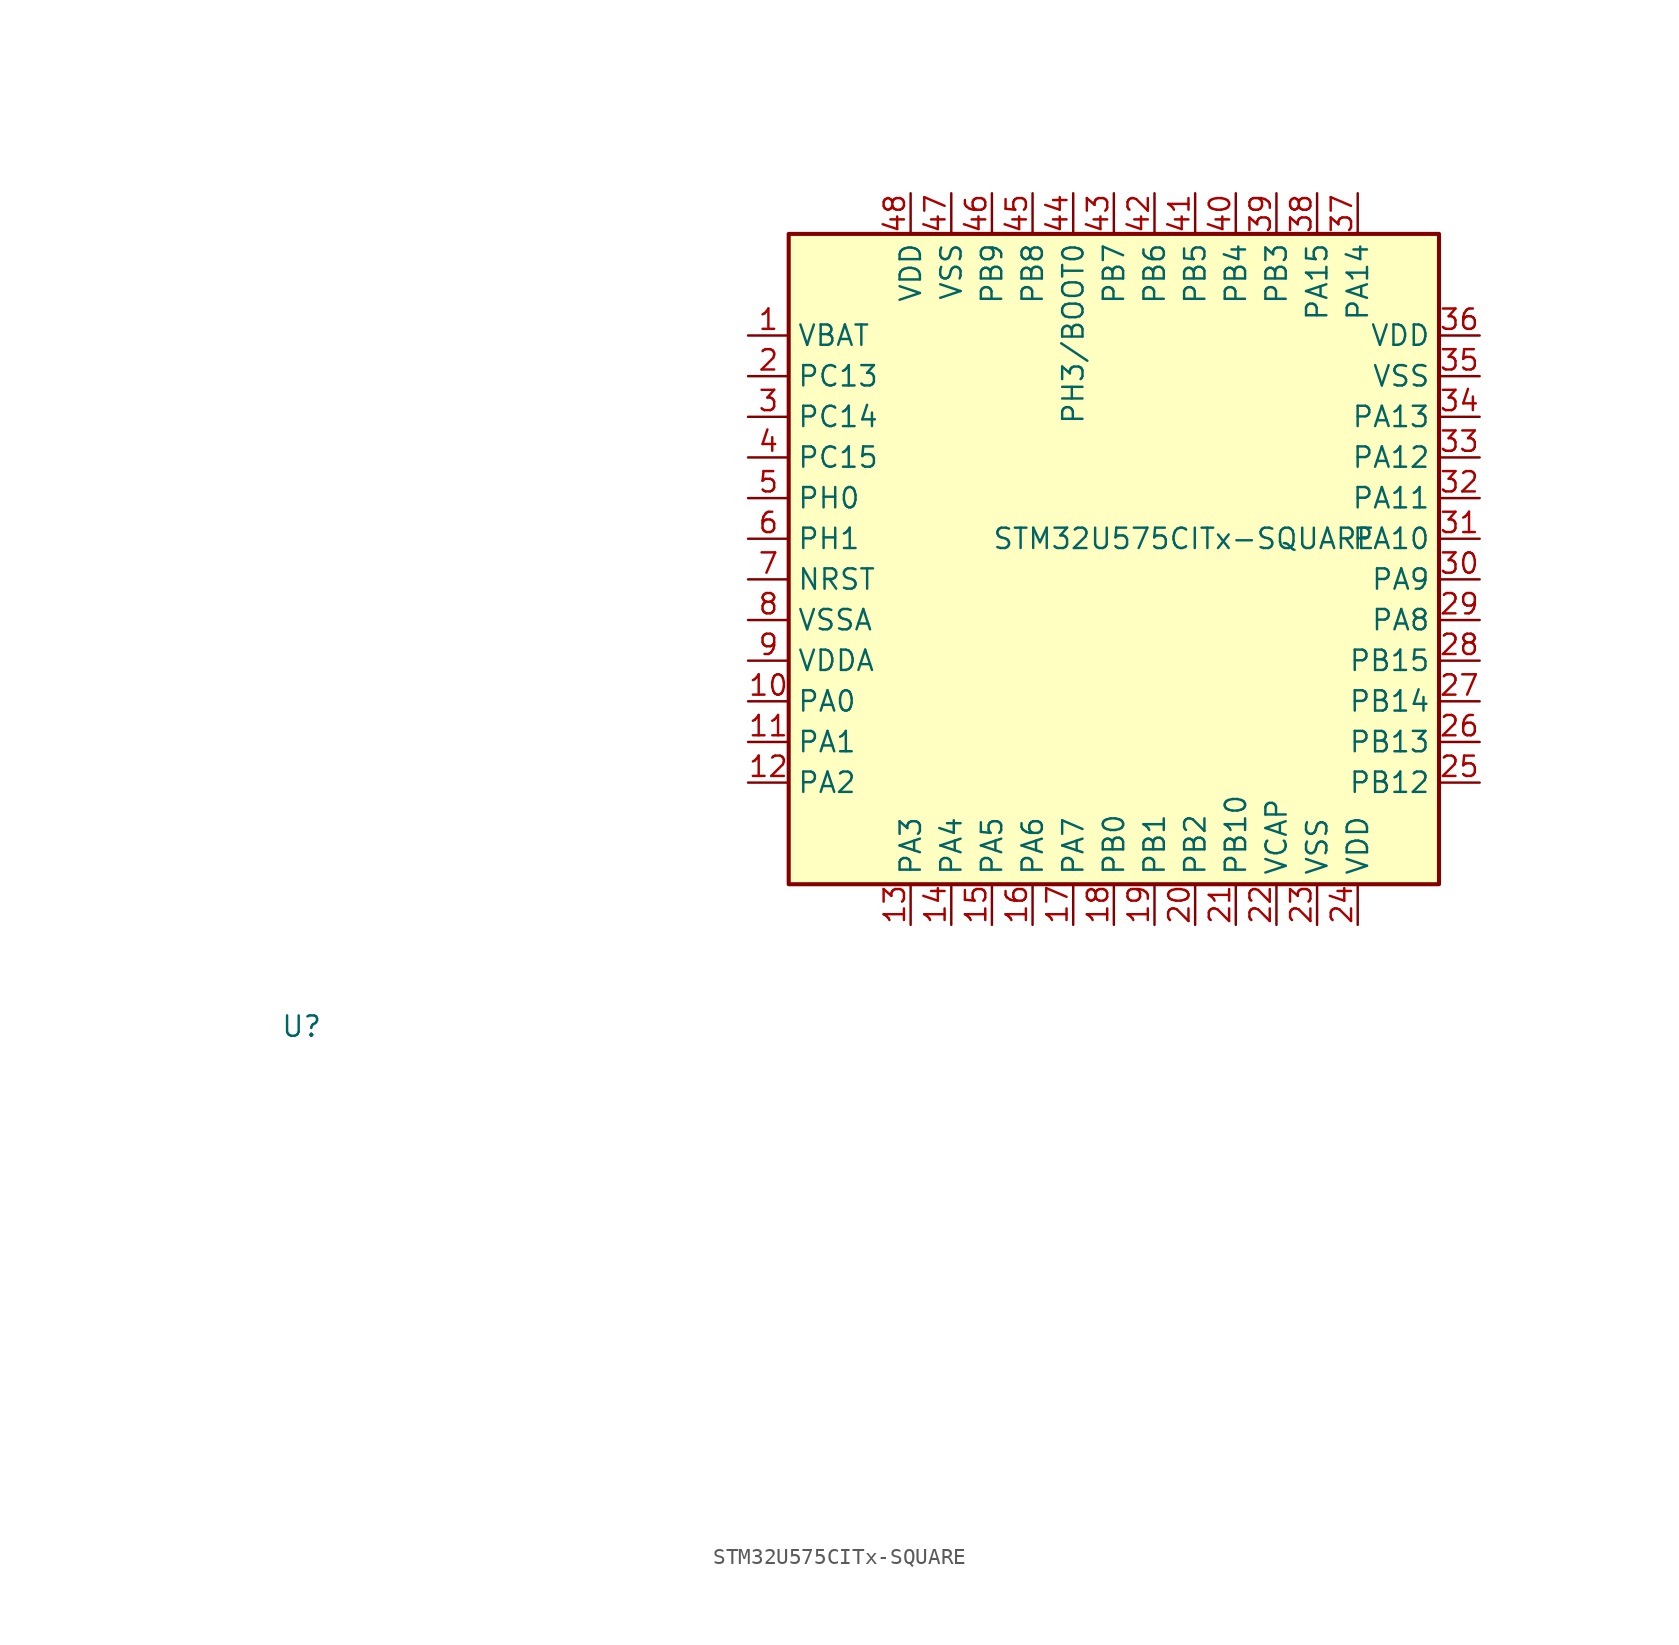
<source format=kicad_sym>
(kicad_symbol_lib
  (version 20241209)
  (generator "kicad_symbol_editor")
  (generator_version "9.0")
  (symbol "STM32U575CITx-SQUARE"
    (property "Reference" "U"
      (at -52.07 -30.48 0)
      (effects (font (size 1.27 1.27)) (justify left)))
    (property "Value" "STM32U575CITx-SQUARE"
      (at -7.62 0 0)
      (effects (font (size 1.27 1.27)) (justify left)))
    (symbol "STM32U575CITx-SQUARE_0_1"
      (rectangle (start -20.32 19.05) (end 20.32 -21.59) (stroke (width 0.254) (type default)) (fill (type background))))
    (symbol "STM32U575CITx-SQUARE_1_1"
      (pin passive line (at -57.15 -54.61 0) (length 2.54) (hide yes) (name "VSS" (effects (font (size 1.27 1.27)))) (number "35" (effects (font (size 1.27 1.27)))))
      (pin passive line (at -57.15 -54.61 0) (length 2.54) (hide yes) (name "VSS" (effects (font (size 1.27 1.27)))) (number "47" (effects (font (size 1.27 1.27)))))
      (pin power_in line (at -22.86 12.7 0) (length 2.54) (name "VBAT" (effects (font (size 1.27 1.27)))) (number "1" (effects (font (size 1.27 1.27)))))
      (pin bidirectional line (at -22.86 10.16 0) (length 2.54) (name "PC13" (effects (font (size 1.27 1.27)))) (number "2" (effects (font (size 1.27 1.27)))) (alternate "PWR_WKUP2" bidirectional line) (alternate "RTC_OUT1" bidirectional line) (alternate "RTC_TS" bidirectional line) (alternate "TAMP_IN1" bidirectional line) (alternate "TAMP_OUT2" bidirectional line))
      (pin bidirectional line (at -22.86 7.62 0) (length 2.54) (name "PC14" (effects (font (size 1.27 1.27)))) (number "3" (effects (font (size 1.27 1.27)))) (alternate "RCC_OSC32_IN" bidirectional line))
      (pin bidirectional line (at -22.86 5.08 0) (length 2.54) (name "PC15" (effects (font (size 1.27 1.27)))) (number "4" (effects (font (size 1.27 1.27)))) (alternate "ADC1_EXTI15" bidirectional line) (alternate "ADC4_EXTI15" bidirectional line) (alternate "RCC_OSC32_OUT" bidirectional line))
      (pin bidirectional line (at -22.86 2.54 0) (length 2.54) (name "PH0" (effects (font (size 1.27 1.27)))) (number "5" (effects (font (size 1.27 1.27)))) (alternate "RCC_OSC_IN" bidirectional line))
      (pin bidirectional line (at -22.86 0 0) (length 2.54) (name "PH1" (effects (font (size 1.27 1.27)))) (number "6" (effects (font (size 1.27 1.27)))) (alternate "RCC_OSC_OUT" bidirectional line))
      (pin input line (at -22.86 -2.54 0) (length 2.54) (name "NRST" (effects (font (size 1.27 1.27)))) (number "7" (effects (font (size 1.27 1.27)))))
      (pin power_in line (at -22.86 -5.08 0) (length 2.54) (name "VSSA" (effects (font (size 1.27 1.27)))) (number "8" (effects (font (size 1.27 1.27)))))
      (pin power_in line (at -22.86 -7.62 0) (length 2.54) (name "VDDA" (effects (font (size 1.27 1.27)))) (number "9" (effects (font (size 1.27 1.27)))))
      (pin bidirectional line (at -22.86 -10.16 0) (length 2.54) (name "PA0" (effects (font (size 1.27 1.27)))) (number "10" (effects (font (size 1.27 1.27)))) (alternate "ADC1_IN5" bidirectional line) (alternate "AUDIOCLK" bidirectional line) (alternate "OCTOSPIM_P2_NCS" bidirectional line) (alternate "OPAMP1_VINP" bidirectional line) (alternate "PWR_WKUP1" bidirectional line) (alternate "SPI3_RDY" bidirectional line) (alternate "TAMP_IN2" bidirectional line) (alternate "TAMP_OUT1" bidirectional line) (alternate "TIM2_CH1" bidirectional line) (alternate "TIM2_ETR" bidirectional line) (alternate "TIM5_CH1" bidirectional line) (alternate "TIM8_ETR" bidirectional line) (alternate "UART4_TX" bidirectional line) (alternate "USART2_CTS" bidirectional line))
      (pin bidirectional line (at -22.86 -12.7 0) (length 2.54) (name "PA1" (effects (font (size 1.27 1.27)))) (number "11" (effects (font (size 1.27 1.27)))) (alternate "ADC1_IN6" bidirectional line) (alternate "I2C1_SMBA" bidirectional line) (alternate "LPTIM1_CH2" bidirectional line) (alternate "OCTOSPIM_P1_DQS" bidirectional line) (alternate "OPAMP1_VINM" bidirectional line) (alternate "PWR_WKUP3" bidirectional line) (alternate "SPI1_SCK" bidirectional line) (alternate "TAMP_IN5" bidirectional line) (alternate "TAMP_OUT4" bidirectional line) (alternate "TIM15_CH1N" bidirectional line) (alternate "TIM2_CH2" bidirectional line) (alternate "TIM5_CH2" bidirectional line) (alternate "UART4_RX" bidirectional line) (alternate "USART2_DE" bidirectional line) (alternate "USART2_RTS" bidirectional line))
      (pin bidirectional line (at -22.86 -15.24 0) (length 2.54) (name "PA2" (effects (font (size 1.27 1.27)))) (number "12" (effects (font (size 1.27 1.27)))) (alternate "ADC1_IN7" bidirectional line) (alternate "COMP1_INP" bidirectional line) (alternate "LPUART1_TX" bidirectional line) (alternate "OCTOSPIM_P1_NCS" bidirectional line) (alternate "PWR_WKUP4" bidirectional line) (alternate "RCC_LSCO" bidirectional line) (alternate "SPI1_RDY" bidirectional line) (alternate "TIM15_CH1" bidirectional line) (alternate "TIM2_CH3" bidirectional line) (alternate "TIM5_CH3" bidirectional line) (alternate "UCPD1_FRSTX1" bidirectional line) (alternate "USART2_TX" bidirectional line))
      (pin power_in line (at -12.7 21.59 270) (length 2.54) (name "VDD" (effects (font (size 1.27 1.27)))) (number "48" (effects (font (size 1.27 1.27)))))
      (pin bidirectional line (at -12.7 -24.13 90) (length 2.54) (name "PA3" (effects (font (size 1.27 1.27)))) (number "13" (effects (font (size 1.27 1.27)))) (alternate "ADC1_IN8" bidirectional line) (alternate "LPUART1_RX" bidirectional line) (alternate "OCTOSPIM_P1_CLK" bidirectional line) (alternate "OPAMP1_VOUT" bidirectional line) (alternate "PWR_WKUP5" bidirectional line) (alternate "SAI1_CK1" bidirectional line) (alternate "SAI1_MCLK_A" bidirectional line) (alternate "TIM15_CH2" bidirectional line) (alternate "TIM2_CH4" bidirectional line) (alternate "TIM5_CH4" bidirectional line) (alternate "USART2_RX" bidirectional line))
      (pin power_in line (at -10.16 21.59 270) (length 2.54) (name "VSS" (effects (font (size 1.27 1.27)))) (number "47" (effects (font (size 1.27 1.27)))))
      (pin bidirectional line (at -10.16 -24.13 90) (length 2.54) (name "PA4" (effects (font (size 1.27 1.27)))) (number "14" (effects (font (size 1.27 1.27)))) (alternate "ADC1_IN9" bidirectional line) (alternate "ADC4_IN9" bidirectional line) (alternate "DAC1_OUT1" bidirectional line) (alternate "LPTIM2_CH1" bidirectional line) (alternate "OCTOSPIM_P1_NCS" bidirectional line) (alternate "PWR_WKUP2" bidirectional line) (alternate "SAI1_FS_B" bidirectional line) (alternate "SPI1_NSS" bidirectional line) (alternate "SPI3_NSS" bidirectional line) (alternate "USART2_CK" bidirectional line))
      (pin bidirectional line (at -7.62 21.59 270) (length 2.54) (name "PB9" (effects (font (size 1.27 1.27)))) (number "46" (effects (font (size 1.27 1.27)))) (alternate "DAC1_EXTI9" bidirectional line) (alternate "FDCAN1_TX" bidirectional line) (alternate "I2C1_SDA" bidirectional line) (alternate "IR_OUT" bidirectional line) (alternate "SAI1_D2" bidirectional line) (alternate "SAI1_FS_A" bidirectional line) (alternate "SPI2_NSS" bidirectional line) (alternate "TIM17_CH1" bidirectional line) (alternate "TIM4_CH4" bidirectional line))
      (pin bidirectional line (at -7.62 -24.13 90) (length 2.54) (name "PA5" (effects (font (size 1.27 1.27)))) (number "15" (effects (font (size 1.27 1.27)))) (alternate "ADC1_IN10" bidirectional line) (alternate "ADC4_IN10" bidirectional line) (alternate "DAC1_OUT2" bidirectional line) (alternate "LPTIM2_ETR" bidirectional line) (alternate "PWR_CSLEEP" bidirectional line) (alternate "PWR_WKUP6" bidirectional line) (alternate "SPI1_SCK" bidirectional line) (alternate "TIM2_CH1" bidirectional line) (alternate "TIM2_ETR" bidirectional line) (alternate "TIM8_CH1N" bidirectional line) (alternate "USART3_RX" bidirectional line))
      (pin bidirectional line (at -5.08 21.59 270) (length 2.54) (name "PB8" (effects (font (size 1.27 1.27)))) (number "45" (effects (font (size 1.27 1.27)))) (alternate "FDCAN1_RX" bidirectional line) (alternate "I2C1_SCL" bidirectional line) (alternate "MDF1_CCK0" bidirectional line) (alternate "PWR_WKUP5" bidirectional line) (alternate "SAI1_CK1" bidirectional line) (alternate "SAI1_MCLK_A" bidirectional line) (alternate "SPI3_RDY" bidirectional line) (alternate "TIM16_CH1" bidirectional line) (alternate "TIM4_CH3" bidirectional line))
      (pin bidirectional line (at -5.08 -24.13 90) (length 2.54) (name "PA6" (effects (font (size 1.27 1.27)))) (number "16" (effects (font (size 1.27 1.27)))) (alternate "ADC1_IN11" bidirectional line) (alternate "ADC4_IN11" bidirectional line) (alternate "LPUART1_CTS" bidirectional line) (alternate "OCTOSPIM_P1_IO3" bidirectional line) (alternate "OPAMP2_VINP" bidirectional line) (alternate "PWR_CDSTOP" bidirectional line) (alternate "PWR_WKUP7" bidirectional line) (alternate "SPI1_MISO" bidirectional line) (alternate "TIM16_CH1" bidirectional line) (alternate "TIM1_BKIN" bidirectional line) (alternate "TIM3_CH1" bidirectional line) (alternate "TIM8_BKIN" bidirectional line) (alternate "USART3_CTS" bidirectional line))
      (pin bidirectional line (at -2.54 21.59 270) (length 2.54) (name "PH3/BOOT0" (effects (font (size 1.27 1.27)))) (number "44" (effects (font (size 1.27 1.27)))))
      (pin bidirectional line (at -2.54 -24.13 90) (length 2.54) (name "PA7" (effects (font (size 1.27 1.27)))) (number "17" (effects (font (size 1.27 1.27)))) (alternate "ADC1_IN12" bidirectional line) (alternate "ADC4_IN20" bidirectional line) (alternate "I2C3_SCL" bidirectional line) (alternate "LPTIM2_CH2" bidirectional line) (alternate "OCTOSPIM_P1_IO2" bidirectional line) (alternate "OPAMP2_VINM" bidirectional line) (alternate "PWR_SRDSTOP" bidirectional line) (alternate "PWR_WKUP8" bidirectional line) (alternate "SPI1_MOSI" bidirectional line) (alternate "TIM17_CH1" bidirectional line) (alternate "TIM1_CH1N" bidirectional line) (alternate "TIM3_CH2" bidirectional line) (alternate "TIM8_CH1N" bidirectional line) (alternate "USART3_TX" bidirectional line))
      (pin bidirectional line (at 0 21.59 270) (length 2.54) (name "PB7" (effects (font (size 1.27 1.27)))) (number "43" (effects (font (size 1.27 1.27)))) (alternate "COMP2_INM" bidirectional line) (alternate "I2C1_SDA" bidirectional line) (alternate "I2C4_SDA" bidirectional line) (alternate "LPTIM1_IN2" bidirectional line) (alternate "MDF1_CKI5" bidirectional line) (alternate "PWR_PVD_IN" bidirectional line) (alternate "PWR_WKUP4" bidirectional line) (alternate "TIM17_CH1N" bidirectional line) (alternate "TIM4_CH2" bidirectional line) (alternate "TIM8_BKIN" bidirectional line) (alternate "TSC_G2_IO4" bidirectional line) (alternate "UART4_CTS" bidirectional line) (alternate "USART1_RX" bidirectional line))
      (pin bidirectional line (at 0 -24.13 90) (length 2.54) (name "PB0" (effects (font (size 1.27 1.27)))) (number "18" (effects (font (size 1.27 1.27)))) (alternate "ADC1_IN15" bidirectional line) (alternate "ADC4_IN18" bidirectional line) (alternate "AUDIOCLK" bidirectional line) (alternate "COMP1_OUT" bidirectional line) (alternate "LPTIM3_CH1" bidirectional line) (alternate "OCTOSPIM_P1_IO1" bidirectional line) (alternate "OPAMP2_VOUT" bidirectional line) (alternate "SPI1_NSS" bidirectional line) (alternate "TIM1_CH2N" bidirectional line) (alternate "TIM3_CH3" bidirectional line) (alternate "TIM8_CH2N" bidirectional line) (alternate "USART3_CK" bidirectional line))
      (pin bidirectional line (at 2.54 21.59 270) (length 2.54) (name "PB6" (effects (font (size 1.27 1.27)))) (number "42" (effects (font (size 1.27 1.27)))) (alternate "COMP2_INP" bidirectional line) (alternate "I2C1_SCL" bidirectional line) (alternate "I2C4_SCL" bidirectional line) (alternate "LPTIM1_ETR" bidirectional line) (alternate "MDF1_SDI5" bidirectional line) (alternate "PWR_WKUP3" bidirectional line) (alternate "SAI1_FS_B" bidirectional line) (alternate "TIM16_CH1N" bidirectional line) (alternate "TIM4_CH1" bidirectional line) (alternate "TIM8_BKIN2" bidirectional line) (alternate "TSC_G2_IO3" bidirectional line) (alternate "USART1_TX" bidirectional line))
      (pin bidirectional line (at 2.54 -24.13 90) (length 2.54) (name "PB1" (effects (font (size 1.27 1.27)))) (number "19" (effects (font (size 1.27 1.27)))) (alternate "ADC1_IN16" bidirectional line) (alternate "ADC4_IN19" bidirectional line) (alternate "COMP1_INM" bidirectional line) (alternate "LPTIM2_IN1" bidirectional line) (alternate "LPTIM3_CH2" bidirectional line) (alternate "LPUART1_DE" bidirectional line) (alternate "LPUART1_RTS" bidirectional line) (alternate "MDF1_SDI0" bidirectional line) (alternate "OCTOSPIM_P1_IO0" bidirectional line) (alternate "PWR_WKUP4" bidirectional line) (alternate "TIM1_CH3N" bidirectional line) (alternate "TIM3_CH4" bidirectional line) (alternate "TIM8_CH3N" bidirectional line) (alternate "USART3_DE" bidirectional line) (alternate "USART3_RTS" bidirectional line))
      (pin bidirectional line (at 5.08 21.59 270) (length 2.54) (name "PB5" (effects (font (size 1.27 1.27)))) (number "41" (effects (font (size 1.27 1.27)))) (alternate "COMP2_OUT" bidirectional line) (alternate "I2C1_SMBA" bidirectional line) (alternate "LPTIM1_IN1" bidirectional line) (alternate "OCTOSPIM_P1_NCLK" bidirectional line) (alternate "PWR_WKUP6" bidirectional line) (alternate "SAI1_SD_B" bidirectional line) (alternate "SPI1_MOSI" bidirectional line) (alternate "SPI3_MOSI" bidirectional line) (alternate "TIM16_BKIN" bidirectional line) (alternate "TIM3_CH2" bidirectional line) (alternate "TSC_G2_IO2" bidirectional line) (alternate "UCPD1_DBCC1" bidirectional line) (alternate "USART1_CK" bidirectional line))
      (pin bidirectional line (at 5.08 -24.13 90) (length 2.54) (name "PB2" (effects (font (size 1.27 1.27)))) (number "20" (effects (font (size 1.27 1.27)))) (alternate "ADC1_IN17" bidirectional line) (alternate "COMP1_INP" bidirectional line) (alternate "I2C3_SMBA" bidirectional line) (alternate "LPTIM1_CH1" bidirectional line) (alternate "MDF1_CKI0" bidirectional line) (alternate "OCTOSPIM_P1_DQS" bidirectional line) (alternate "PWR_WKUP1" bidirectional line) (alternate "RTC_OUT2" bidirectional line) (alternate "SPI1_RDY" bidirectional line) (alternate "TIM8_CH4N" bidirectional line) (alternate "UCPD1_FRSTX1" bidirectional line))
      (pin bidirectional line (at 7.62 21.59 270) (length 2.54) (name "PB4" (effects (font (size 1.27 1.27)))) (number "40" (effects (font (size 1.27 1.27)))) (alternate "ADF1_SDI0" bidirectional line) (alternate "COMP2_INP" bidirectional line) (alternate "DEBUG_JTRST" bidirectional line) (alternate "I2C3_SDA" bidirectional line) (alternate "LPTIM1_CH2" bidirectional line) (alternate "SAI1_MCLK_B" bidirectional line) (alternate "SPI1_MISO" bidirectional line) (alternate "SPI3_MISO" bidirectional line) (alternate "TIM17_BKIN" bidirectional line) (alternate "TIM3_CH1" bidirectional line) (alternate "TSC_G2_IO1" bidirectional line) (alternate "USART1_CTS" bidirectional line))
      (pin bidirectional line (at 7.62 -24.13 90) (length 2.54) (name "PB10" (effects (font (size 1.27 1.27)))) (number "21" (effects (font (size 1.27 1.27)))) (alternate "COMP1_OUT" bidirectional line) (alternate "I2C2_SCL" bidirectional line) (alternate "I2C4_SCL" bidirectional line) (alternate "LPTIM3_CH1" bidirectional line) (alternate "LPUART1_RX" bidirectional line) (alternate "OCTOSPIM_P1_CLK" bidirectional line) (alternate "PWR_WKUP8" bidirectional line) (alternate "SAI1_SCK_A" bidirectional line) (alternate "SPI2_SCK" bidirectional line) (alternate "TIM2_CH3" bidirectional line) (alternate "TSC_SYNC" bidirectional line) (alternate "USART3_TX" bidirectional line))
      (pin bidirectional line (at 10.16 21.59 270) (length 2.54) (name "PB3" (effects (font (size 1.27 1.27)))) (number "39" (effects (font (size 1.27 1.27)))) (alternate "ADF1_CCK0" bidirectional line) (alternate "COMP2_INM" bidirectional line) (alternate "CRS_SYNC" bidirectional line) (alternate "DEBUG_JTDO-SWO" bidirectional line) (alternate "I2C1_SDA" bidirectional line) (alternate "LPTIM1_CH1" bidirectional line) (alternate "SAI1_SCK_B" bidirectional line) (alternate "SPI1_SCK" bidirectional line) (alternate "SPI3_SCK" bidirectional line) (alternate "TIM2_CH2" bidirectional line) (alternate "USART1_DE" bidirectional line) (alternate "USART1_RTS" bidirectional line))
      (pin power_out line (at 10.16 -24.13 90) (length 2.54) (name "VCAP" (effects (font (size 1.27 1.27)))) (number "22" (effects (font (size 1.27 1.27)))))
      (pin bidirectional line (at 12.7 21.59 270) (length 2.54) (name "PA15" (effects (font (size 1.27 1.27)))) (number "38" (effects (font (size 1.27 1.27)))) (alternate "ADC1_EXTI15" bidirectional line) (alternate "ADC4_EXTI15" bidirectional line) (alternate "DEBUG_JTDI" bidirectional line) (alternate "SPI1_NSS" bidirectional line) (alternate "SPI3_NSS" bidirectional line) (alternate "TIM2_CH1" bidirectional line) (alternate "TIM2_ETR" bidirectional line) (alternate "UART4_DE" bidirectional line) (alternate "UART4_RTS" bidirectional line) (alternate "UCPD1_CC1" bidirectional line) (alternate "USART2_RX" bidirectional line) (alternate "USART3_DE" bidirectional line) (alternate "USART3_RTS" bidirectional line))
      (pin power_in line (at 12.7 -24.13 90) (length 2.54) (name "VSS" (effects (font (size 1.27 1.27)))) (number "23" (effects (font (size 1.27 1.27)))))
      (pin bidirectional line (at 15.24 21.59 270) (length 2.54) (name "PA14" (effects (font (size 1.27 1.27)))) (number "37" (effects (font (size 1.27 1.27)))) (alternate "DEBUG_JTCK-SWCLK" bidirectional line) (alternate "I2C1_SMBA" bidirectional line) (alternate "I2C4_SMBA" bidirectional line) (alternate "LPTIM1_CH1" bidirectional line) (alternate "SAI1_FS_B" bidirectional line) (alternate "USB_OTG_FS_SOF" bidirectional line))
      (pin power_in line (at 15.24 -24.13 90) (length 2.54) (name "VDD" (effects (font (size 1.27 1.27)))) (number "24" (effects (font (size 1.27 1.27)))))
      (pin power_in line (at 22.86 12.7 180) (length 2.54) (name "VDD" (effects (font (size 1.27 1.27)))) (number "36" (effects (font (size 1.27 1.27)))))
      (pin power_in line (at 22.86 10.16 180) (length 2.54) (name "VSS" (effects (font (size 1.27 1.27)))) (number "35" (effects (font (size 1.27 1.27)))))
      (pin bidirectional line (at 22.86 7.62 180) (length 2.54) (name "PA13" (effects (font (size 1.27 1.27)))) (number "34" (effects (font (size 1.27 1.27)))) (alternate "DEBUG_JTMS-SWDIO" bidirectional line) (alternate "IR_OUT" bidirectional line) (alternate "SAI1_SD_B" bidirectional line) (alternate "USB_OTG_FS_NOE" bidirectional line))
      (pin bidirectional line (at 22.86 5.08 180) (length 2.54) (name "PA12" (effects (font (size 1.27 1.27)))) (number "33" (effects (font (size 1.27 1.27)))) (alternate "FDCAN1_TX" bidirectional line) (alternate "OCTOSPIM_P2_NCS" bidirectional line) (alternate "SPI1_MOSI" bidirectional line) (alternate "TIM1_ETR" bidirectional line) (alternate "USART1_DE" bidirectional line) (alternate "USART1_RTS" bidirectional line) (alternate "USB_OTG_FS_DP" bidirectional line))
      (pin bidirectional line (at 22.86 2.54 180) (length 2.54) (name "PA11" (effects (font (size 1.27 1.27)))) (number "32" (effects (font (size 1.27 1.27)))) (alternate "ADC1_EXTI11" bidirectional line) (alternate "FDCAN1_RX" bidirectional line) (alternate "SPI1_MISO" bidirectional line) (alternate "TIM1_BKIN2" bidirectional line) (alternate "TIM1_CH4" bidirectional line) (alternate "USART1_CTS" bidirectional line) (alternate "USB_OTG_FS_DM" bidirectional line))
      (pin bidirectional line (at 22.86 0 180) (length 2.54) (name "PA10" (effects (font (size 1.27 1.27)))) (number "31" (effects (font (size 1.27 1.27)))) (alternate "CRS_SYNC" bidirectional line) (alternate "LPTIM2_IN2" bidirectional line) (alternate "SAI1_D1" bidirectional line) (alternate "SAI1_SD_A" bidirectional line) (alternate "TIM17_BKIN" bidirectional line) (alternate "TIM1_CH3" bidirectional line) (alternate "USART1_RX" bidirectional line) (alternate "USB_OTG_FS_ID" bidirectional line))
      (pin bidirectional line (at 22.86 -2.54 180) (length 2.54) (name "PA9" (effects (font (size 1.27 1.27)))) (number "30" (effects (font (size 1.27 1.27)))) (alternate "DAC1_EXTI9" bidirectional line) (alternate "SAI1_FS_A" bidirectional line) (alternate "SPI2_SCK" bidirectional line) (alternate "TIM15_BKIN" bidirectional line) (alternate "TIM1_CH2" bidirectional line) (alternate "USART1_TX" bidirectional line) (alternate "USB_OTG_FS_VBUS" bidirectional line))
      (pin bidirectional line (at 22.86 -5.08 180) (length 2.54) (name "PA8" (effects (font (size 1.27 1.27)))) (number "29" (effects (font (size 1.27 1.27)))) (alternate "DEBUG_TRACECLK" bidirectional line) (alternate "LPTIM2_CH1" bidirectional line) (alternate "RCC_MCO" bidirectional line) (alternate "SAI1_CK2" bidirectional line) (alternate "SAI1_SCK_A" bidirectional line) (alternate "SPI1_RDY" bidirectional line) (alternate "TIM1_CH1" bidirectional line) (alternate "USART1_CK" bidirectional line) (alternate "USB_OTG_FS_SOF" bidirectional line))
      (pin bidirectional line (at 22.86 -7.62 180) (length 2.54) (name "PB15" (effects (font (size 1.27 1.27)))) (number "28" (effects (font (size 1.27 1.27)))) (alternate "ADC1_EXTI15" bidirectional line) (alternate "ADC4_EXTI15" bidirectional line) (alternate "LPTIM2_IN2" bidirectional line) (alternate "MDF1_CKI2" bidirectional line) (alternate "PWR_WKUP7" bidirectional line) (alternate "RTC_REFIN" bidirectional line) (alternate "SPI2_MOSI" bidirectional line) (alternate "TIM15_CH2" bidirectional line) (alternate "TIM1_CH3N" bidirectional line) (alternate "TIM8_CH3N" bidirectional line) (alternate "UCPD1_CC2" bidirectional line))
      (pin bidirectional line (at 22.86 -10.16 180) (length 2.54) (name "PB14" (effects (font (size 1.27 1.27)))) (number "27" (effects (font (size 1.27 1.27)))) (alternate "I2C2_SDA" bidirectional line) (alternate "LPTIM3_ETR" bidirectional line) (alternate "MDF1_SDI2" bidirectional line) (alternate "SPI2_MISO" bidirectional line) (alternate "TIM15_CH1" bidirectional line) (alternate "TIM1_CH2N" bidirectional line) (alternate "TIM8_CH2N" bidirectional line) (alternate "TSC_G1_IO3" bidirectional line) (alternate "UCPD1_DBCC2" bidirectional line) (alternate "USART3_DE" bidirectional line) (alternate "USART3_RTS" bidirectional line))
      (pin bidirectional line (at 22.86 -12.7 180) (length 2.54) (name "PB13" (effects (font (size 1.27 1.27)))) (number "26" (effects (font (size 1.27 1.27)))) (alternate "I2C2_SCL" bidirectional line) (alternate "LPTIM3_IN1" bidirectional line) (alternate "LPUART1_CTS" bidirectional line) (alternate "MDF1_CKI1" bidirectional line) (alternate "SPI2_SCK" bidirectional line) (alternate "TIM15_CH1N" bidirectional line) (alternate "TIM1_CH1N" bidirectional line) (alternate "TSC_G1_IO2" bidirectional line) (alternate "USART3_CTS" bidirectional line))
      (pin bidirectional line (at 22.86 -15.24 180) (length 2.54) (name "PB12" (effects (font (size 1.27 1.27)))) (number "25" (effects (font (size 1.27 1.27)))) (alternate "I2C2_SMBA" bidirectional line) (alternate "LPUART1_DE" bidirectional line) (alternate "LPUART1_RTS" bidirectional line) (alternate "MDF1_SDI1" bidirectional line) (alternate "OCTOSPIM_P1_NCLK" bidirectional line) (alternate "SPI2_NSS" bidirectional line) (alternate "TIM15_BKIN" bidirectional line) (alternate "TIM1_BKIN" bidirectional line) (alternate "TSC_G1_IO1" bidirectional line) (alternate "USART3_CK" bidirectional line)))))
</source>
